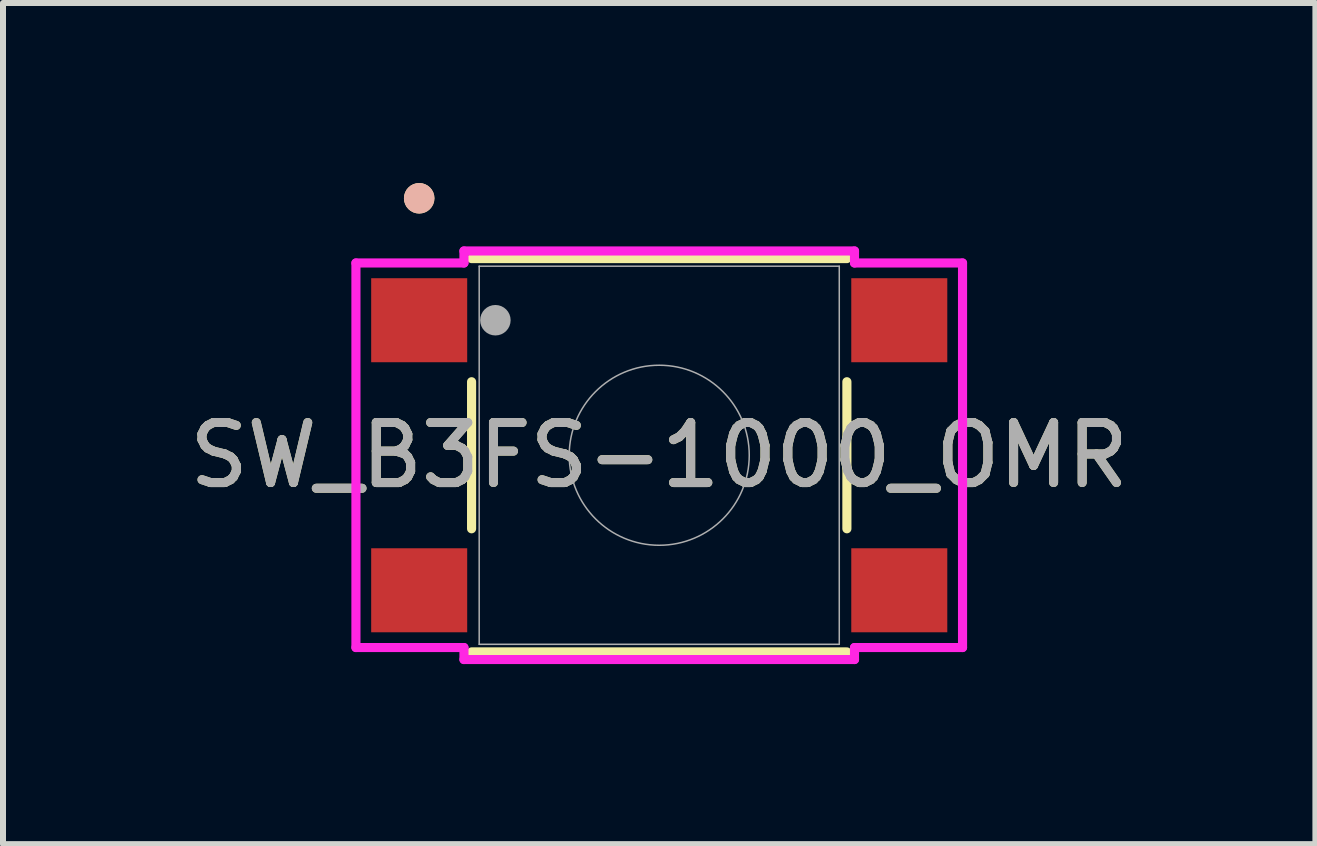
<source format=kicad_pcb>
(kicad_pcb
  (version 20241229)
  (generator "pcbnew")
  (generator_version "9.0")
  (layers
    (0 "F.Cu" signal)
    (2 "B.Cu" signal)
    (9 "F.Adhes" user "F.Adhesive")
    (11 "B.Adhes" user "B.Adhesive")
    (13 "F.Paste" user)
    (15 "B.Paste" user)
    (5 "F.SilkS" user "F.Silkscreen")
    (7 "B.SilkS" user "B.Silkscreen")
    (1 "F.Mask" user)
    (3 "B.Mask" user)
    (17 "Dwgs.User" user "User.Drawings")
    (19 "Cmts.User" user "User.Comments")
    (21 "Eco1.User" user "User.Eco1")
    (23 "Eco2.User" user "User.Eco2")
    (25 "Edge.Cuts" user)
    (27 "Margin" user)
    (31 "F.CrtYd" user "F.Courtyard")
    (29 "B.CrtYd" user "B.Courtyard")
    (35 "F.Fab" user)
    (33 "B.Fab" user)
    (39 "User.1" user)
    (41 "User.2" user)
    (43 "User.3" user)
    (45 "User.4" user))
  (footprint "SW_B3FS-1000_OMR"
    (layer "F.Cu")
    (at 7.935 4.536)
    (property "Reference" "SW_B3FS-1000_OMR" (at 0 0 0) (unlocked yes) (layer "F.SilkS") (effects (font (size 1 1) (thickness 0.15))))
    (attr smd)
    (fp_line (start -3.127 -1.225) (end -3.127 1.225) (stroke (width 0.152) (type solid)) (layer "F.SilkS"))
    (fp_line (start -3.127 3.277) (end 3.127 3.277) (stroke (width 0.152) (type solid)) (layer "F.SilkS"))
    (fp_line (start 3.127 -3.277) (end -3.127 -3.277) (stroke (width 0.152) (type solid)) (layer "F.SilkS"))
    (fp_line (start 3.127 1.225) (end 3.127 -1.225) (stroke (width 0.152) (type solid)) (layer "F.SilkS"))
    (fp_circle (center -4 -4.282) (end -3.873 -4.282) (stroke (width 0.254) (type solid)) (fill no) (layer "F.SilkS"))
    (fp_circle (center -4 -4.282) (end -3.873 -4.282) (stroke (width 0.254) (type solid)) (fill no) (layer "B.SilkS"))
    (fp_line (start -5.054 -3.204) (end -3.254 -3.204) (stroke (width 0.152) (type solid)) (layer "F.CrtYd"))
    (fp_line (start -5.054 3.204) (end -5.054 -3.204) (stroke (width 0.152) (type solid)) (layer "F.CrtYd"))
    (fp_line (start -5.054 3.204) (end -3.254 3.204) (stroke (width 0.152) (type solid)) (layer "F.CrtYd"))
    (fp_line (start -3.254 -3.404) (end 3.254 -3.404) (stroke (width 0.152) (type solid)) (layer "F.CrtYd"))
    (fp_line (start -3.254 -3.204) (end -3.254 -3.404) (stroke (width 0.152) (type solid)) (layer "F.CrtYd"))
    (fp_line (start -3.254 3.404) (end -3.254 3.204) (stroke (width 0.152) (type solid)) (layer "F.CrtYd"))
    (fp_line (start 3.254 -3.404) (end 3.254 -3.204) (stroke (width 0.152) (type solid)) (layer "F.CrtYd"))
    (fp_line (start 3.254 3.204) (end 3.254 3.404) (stroke (width 0.152) (type solid)) (layer "F.CrtYd"))
    (fp_line (start 3.254 3.404) (end -3.254 3.404) (stroke (width 0.152) (type solid)) (layer "F.CrtYd"))
    (fp_line (start 5.054 -3.204) (end 3.254 -3.204) (stroke (width 0.152) (type solid)) (layer "F.CrtYd"))
    (fp_line (start 5.054 -3.204) (end 5.054 3.204) (stroke (width 0.152) (type solid)) (layer "F.CrtYd"))
    (fp_line (start 5.054 3.204) (end 3.254 3.204) (stroke (width 0.152) (type solid)) (layer "F.CrtYd"))
    (fp_line (start -3 -3.15) (end -3 3.15) (stroke (width 0.025) (type solid)) (layer "F.Fab"))
    (fp_line (start -3 3.15) (end 3 3.15) (stroke (width 0.025) (type solid)) (layer "F.Fab"))
    (fp_line (start 3 -3.15) (end -3 -3.15) (stroke (width 0.025) (type solid)) (layer "F.Fab"))
    (fp_line (start 3 3.15) (end 3 -3.15) (stroke (width 0.025) (type solid)) (layer "F.Fab"))
    (fp_circle (center -2.73 -2.25) (end -2.603 -2.25) (stroke (width 0.254) (type solid)) (fill no) (layer "F.Fab"))
    (fp_circle (center 0 0) (end 1.5 0) (stroke (width 0.025) (type solid)) (fill no) (layer "F.Fab"))
    (fp_text user "${REFERENCE}" (at 0 0 0) (unlocked yes) (layer "F.Fab") (effects (font (size 1 1) (thickness 0.15))))
    (pad "1" smd rect (at -4 -2.25) (size 1.6 1.4) (layers "F.Cu" "F.Mask" "F.Paste"))
    (pad "2" smd rect (at 4 -2.25) (size 1.6 1.4) (layers "F.Cu" "F.Mask" "F.Paste"))
    (pad "3" smd rect (at -4 2.25) (size 1.6 1.4) (layers "F.Cu" "F.Mask" "F.Paste"))
    (pad "4" smd rect (at 4 2.25) (size 1.6 1.4) (layers "F.Cu" "F.Mask" "F.Paste")))
  (gr_rect
    (start -3 -3)
    (end 18.869 11.016)
    (stroke (width 0.1) (type default))
    (fill no)
    (layer "Edge.Cuts")))
</source>
